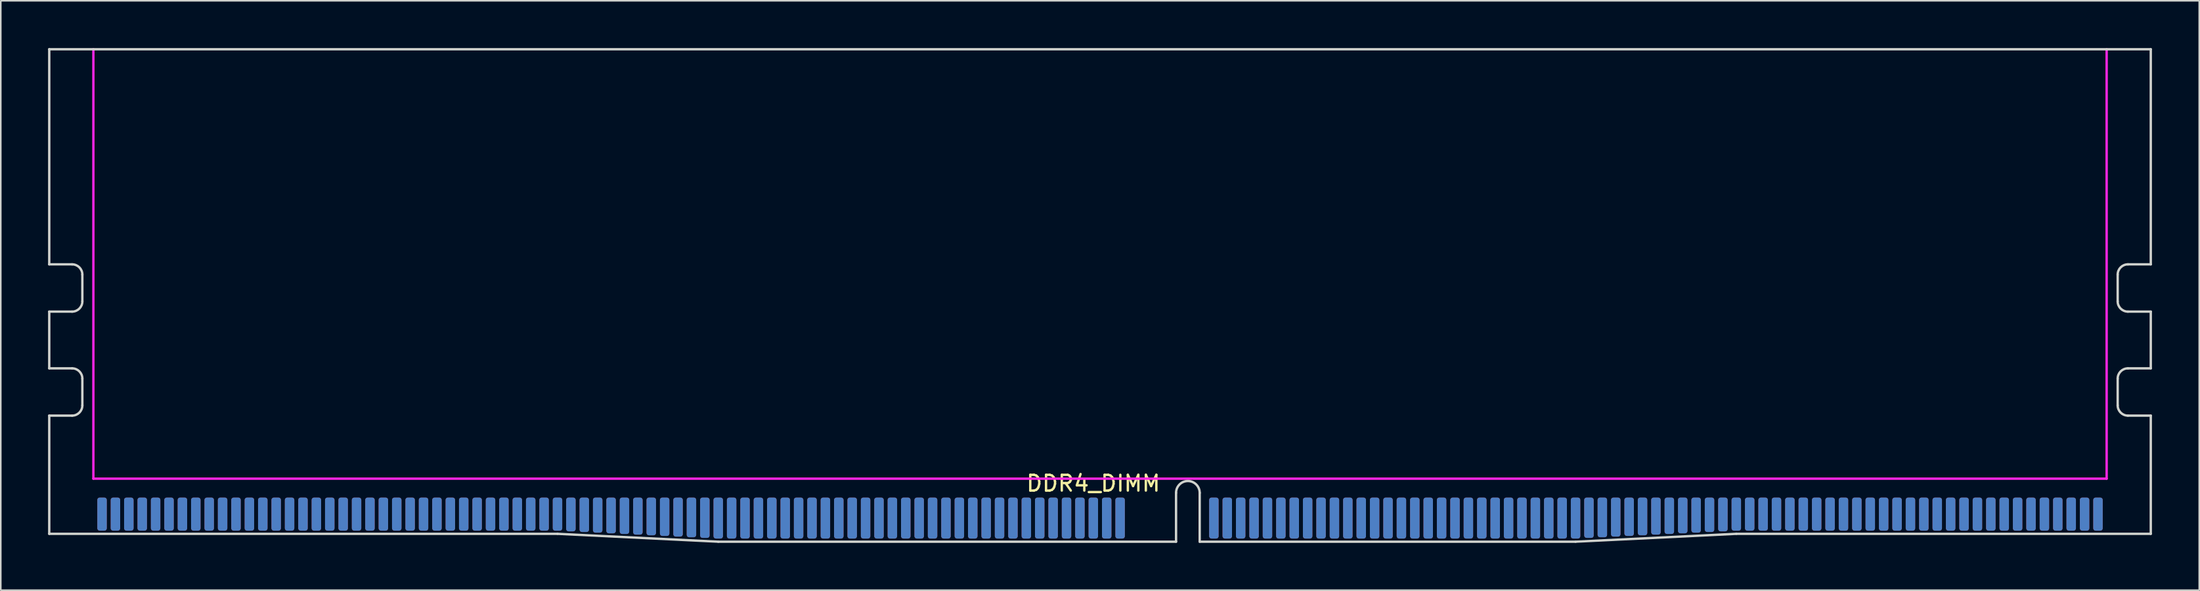
<source format=kicad_pcb>
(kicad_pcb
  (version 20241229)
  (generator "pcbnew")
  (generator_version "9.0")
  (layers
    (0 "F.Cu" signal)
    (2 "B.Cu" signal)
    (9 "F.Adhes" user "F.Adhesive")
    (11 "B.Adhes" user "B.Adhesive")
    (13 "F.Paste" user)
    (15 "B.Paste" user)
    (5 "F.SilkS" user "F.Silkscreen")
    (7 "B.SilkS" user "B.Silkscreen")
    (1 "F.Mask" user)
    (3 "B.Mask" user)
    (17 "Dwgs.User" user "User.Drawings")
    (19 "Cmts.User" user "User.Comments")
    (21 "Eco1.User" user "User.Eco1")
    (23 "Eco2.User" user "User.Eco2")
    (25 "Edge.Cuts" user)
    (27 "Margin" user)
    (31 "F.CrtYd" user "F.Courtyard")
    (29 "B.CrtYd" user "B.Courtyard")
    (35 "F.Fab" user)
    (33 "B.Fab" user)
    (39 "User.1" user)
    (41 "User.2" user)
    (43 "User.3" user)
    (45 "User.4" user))
  (footprint "DDR4_DIMM"
    (layer "F.Cu")
    (at 68.025 29.825)
    (property "Reference" "DDR4_DIMM" (at -1.7 -2.2 180) (layer "F.SilkS") (effects (font (size 1 1) (thickness 0.15))))
    (attr smd)
    (fp_poly (pts (xy 3.55 1.5) (xy 0 1.5) (xy 0 -1.3) (xy 3.55 -1.3)) (stroke (width 0) (type solid)) (fill yes) (layer "F.Mask"))
    (fp_poly (pts (xy 5.05 1.5) (xy 5.95 1.5) (xy 5.95 -1.3) (xy 5.05 -1.3)) (stroke (width 0) (type solid)) (fill yes) (layer "F.Mask"))
    (fp_poly (pts (xy 3.55 1.5) (xy 0 1.5) (xy 0 -1.3) (xy 3.55 -1.3)) (stroke (width 0) (type solid)) (fill yes) (layer "B.Mask"))
    (fp_poly (pts (xy 5.05 1.5) (xy 5.95 1.5) (xy 5.95 -1.3) (xy 5.05 -1.3)) (stroke (width 0) (type solid)) (fill yes) (layer "B.Mask"))
    (fp_line (start -67.95 -29.75) (end 65.4 -29.75) (stroke (width 0.15) (type solid)) (layer "Edge.Cuts"))
    (fp_line (start -67.95 -16.1) (end -67.95 -29.75) (stroke (width 0.15) (type solid)) (layer "Edge.Cuts"))
    (fp_line (start -67.95 -16.1) (end -66.5 -16.1) (stroke (width 0.15) (type solid)) (layer "Edge.Cuts"))
    (fp_line (start -67.95 -13.1) (end -66.5 -13.1) (stroke (width 0.15) (type solid)) (layer "Edge.Cuts"))
    (fp_line (start -67.95 -9.5) (end -67.95 -13.1) (stroke (width 0.15) (type solid)) (layer "Edge.Cuts"))
    (fp_line (start -67.95 -9.5) (end -66.5 -9.5) (stroke (width 0.15) (type solid)) (layer "Edge.Cuts"))
    (fp_line (start -67.95 -6.5) (end -66.5 -6.5) (stroke (width 0.15) (type solid)) (layer "Edge.Cuts"))
    (fp_line (start -67.95 1) (end -67.95 -6.5) (stroke (width 0.15) (type solid)) (layer "Edge.Cuts"))
    (fp_line (start -65.85 -13.75) (end -65.85 -15.45) (stroke (width 0.15) (type solid)) (layer "Edge.Cuts"))
    (fp_line (start -65.85 -7.15) (end -65.85 -8.85) (stroke (width 0.15) (type solid)) (layer "Edge.Cuts"))
    (fp_line (start -35.7 1) (end -67.95 1) (stroke (width 0.15) (type solid)) (layer "Edge.Cuts"))
    (fp_line (start -25.5 1.5) (end -35.7 1) (stroke (width 0.15) (type solid)) (layer "Edge.Cuts"))
    (fp_line (start 3.55 1.5) (end -25.5 1.5) (stroke (width 0.15) (type solid)) (layer "Edge.Cuts"))
    (fp_line (start 3.55 1.5) (end 3.55 -1.6) (stroke (width 0.15) (type solid)) (layer "Edge.Cuts"))
    (fp_line (start 5.05 -1.6) (end 5.05 1.5) (stroke (width 0.15) (type solid)) (layer "Edge.Cuts"))
    (fp_line (start 5.05 1.5) (end 28.9 1.5) (stroke (width 0.15) (type solid)) (layer "Edge.Cuts"))
    (fp_line (start 28.9 1.5) (end 39.1 1) (stroke (width 0.15) (type solid)) (layer "Edge.Cuts"))
    (fp_line (start 39.1 1) (end 65.4 1) (stroke (width 0.15) (type solid)) (layer "Edge.Cuts"))
    (fp_line (start 63.3 -13.75) (end 63.3 -15.45) (stroke (width 0.15) (type solid)) (layer "Edge.Cuts"))
    (fp_line (start 63.3 -7.15) (end 63.3 -8.85) (stroke (width 0.15) (type solid)) (layer "Edge.Cuts"))
    (fp_line (start 65.4 -16.1) (end 63.95 -16.1) (stroke (width 0.15) (type solid)) (layer "Edge.Cuts"))
    (fp_line (start 65.4 -16.1) (end 65.4 -29.75) (stroke (width 0.15) (type solid)) (layer "Edge.Cuts"))
    (fp_line (start 65.4 -13.1) (end 63.95 -13.1) (stroke (width 0.15) (type solid)) (layer "Edge.Cuts"))
    (fp_line (start 65.4 -9.5) (end 63.95 -9.5) (stroke (width 0.15) (type solid)) (layer "Edge.Cuts"))
    (fp_line (start 65.4 -9.5) (end 65.4 -13.1) (stroke (width 0.15) (type solid)) (layer "Edge.Cuts"))
    (fp_line (start 65.4 -6.5) (end 63.95 -6.5) (stroke (width 0.15) (type solid)) (layer "Edge.Cuts"))
    (fp_line (start 65.4 1) (end 65.4 -6.5) (stroke (width 0.15) (type solid)) (layer "Edge.Cuts"))
    (fp_arc (start -66.5 -16.1) (mid -66.040381 -15.909619) (end -65.85 -15.45) (stroke (width 0.15) (type solid)) (layer "Edge.Cuts"))
    (fp_arc (start -66.5 -9.5) (mid -66.040381 -9.309619) (end -65.85 -8.85) (stroke (width 0.15) (type solid)) (layer "Edge.Cuts"))
    (fp_arc (start -65.85 -13.75) (mid -66.040381 -13.290381) (end -66.5 -13.1) (stroke (width 0.15) (type solid)) (layer "Edge.Cuts"))
    (fp_arc (start -65.85 -7.15) (mid -66.040381 -6.690381) (end -66.5 -6.5) (stroke (width 0.15) (type solid)) (layer "Edge.Cuts"))
    (fp_arc (start 3.55 -1.6) (mid 4.3 -2.35) (end 5.05 -1.6) (stroke (width 0.15) (type solid)) (layer "Edge.Cuts"))
    (fp_arc (start 63.3 -15.45) (mid 63.490381 -15.909619) (end 63.95 -16.1) (stroke (width 0.15) (type solid)) (layer "Edge.Cuts"))
    (fp_arc (start 63.3 -8.85) (mid 63.490381 -9.309619) (end 63.95 -9.5) (stroke (width 0.15) (type solid)) (layer "Edge.Cuts"))
    (fp_arc (start 63.95 -13.1) (mid 63.490381 -13.290381) (end 63.3 -13.75) (stroke (width 0.15) (type solid)) (layer "Edge.Cuts"))
    (fp_arc (start 63.95 -6.5) (mid 63.490381 -6.690381) (end 63.3 -7.15) (stroke (width 0.15) (type solid)) (layer "Edge.Cuts"))
    (fp_line (start -65.15 -2.5) (end -65.15 -29.75) (stroke (width 0.15) (type solid)) (layer "F.CrtYd"))
    (fp_line (start -65.15 -2.5) (end 62.6 -2.5) (stroke (width 0.15) (type solid)) (layer "F.CrtYd"))
    (fp_line (start 62.6 -2.5) (end 62.6 -29.75) (stroke (width 0.15) (type solid)) (layer "F.CrtYd"))
    (pad "1" smd roundrect (at -64.6 -0.25) (size 0.6 2.1) (layers "F.Cu" "F.Mask") (roundrect_rratio 0.25))
    (pad "2" smd roundrect (at -63.75 -0.25) (size 0.6 2.1) (layers "F.Cu" "F.Mask") (roundrect_rratio 0.25))
    (pad "3" smd roundrect (at -62.9 -0.25) (size 0.6 2.1) (layers "F.Cu" "F.Mask") (roundrect_rratio 0.25))
    (pad "4" smd roundrect (at -62.05 -0.25) (size 0.6 2.1) (layers "F.Cu" "F.Mask") (roundrect_rratio 0.25))
    (pad "5" smd roundrect (at -61.2 -0.25) (size 0.6 2.1) (layers "F.Cu" "F.Mask") (roundrect_rratio 0.25))
    (pad "6" smd roundrect (at -60.35 -0.25) (size 0.6 2.1) (layers "F.Cu" "F.Mask") (roundrect_rratio 0.25))
    (pad "7" smd roundrect (at -59.5 -0.25) (size 0.6 2.1) (layers "F.Cu" "F.Mask") (roundrect_rratio 0.25))
    (pad "8" smd roundrect (at -58.65 -0.25) (size 0.6 2.1) (layers "F.Cu" "F.Mask") (roundrect_rratio 0.25))
    (pad "9" smd roundrect (at -57.8 -0.25) (size 0.6 2.1) (layers "F.Cu" "F.Mask") (roundrect_rratio 0.25))
    (pad "10" smd roundrect (at -56.95 -0.25) (size 0.6 2.1) (layers "F.Cu" "F.Mask") (roundrect_rratio 0.25))
    (pad "11" smd roundrect (at -56.1 -0.25) (size 0.6 2.1) (layers "F.Cu" "F.Mask") (roundrect_rratio 0.25))
    (pad "12" smd roundrect (at -55.25 -0.25) (size 0.6 2.1) (layers "F.Cu" "F.Mask") (roundrect_rratio 0.25))
    (pad "13" smd roundrect (at -54.4 -0.25) (size 0.6 2.1) (layers "F.Cu" "F.Mask") (roundrect_rratio 0.25))
    (pad "14" smd roundrect (at -53.55 -0.25) (size 0.6 2.1) (layers "F.Cu" "F.Mask") (roundrect_rratio 0.25))
    (pad "15" smd roundrect (at -52.7 -0.25) (size 0.6 2.1) (layers "F.Cu" "F.Mask") (roundrect_rratio 0.25))
    (pad "16" smd roundrect (at -51.85 -0.25) (size 0.6 2.1) (layers "F.Cu" "F.Mask") (roundrect_rratio 0.25))
    (pad "17" smd roundrect (at -51 -0.25) (size 0.6 2.1) (layers "F.Cu" "F.Mask") (roundrect_rratio 0.25))
    (pad "18" smd roundrect (at -50.15 -0.25) (size 0.6 2.1) (layers "F.Cu" "F.Mask") (roundrect_rratio 0.25))
    (pad "19" smd roundrect (at -49.3 -0.25) (size 0.6 2.1) (layers "F.Cu" "F.Mask") (roundrect_rratio 0.25))
    (pad "20" smd roundrect (at -48.45 -0.25) (size 0.6 2.1) (layers "F.Cu" "F.Mask") (roundrect_rratio 0.25))
    (pad "21" smd roundrect (at -47.6 -0.25) (size 0.6 2.1) (layers "F.Cu" "F.Mask") (roundrect_rratio 0.25))
    (pad "22" smd roundrect (at -46.75 -0.25) (size 0.6 2.1) (layers "F.Cu" "F.Mask") (roundrect_rratio 0.25))
    (pad "23" smd roundrect (at -45.9 -0.25) (size 0.6 2.1) (layers "F.Cu" "F.Mask") (roundrect_rratio 0.25))
    (pad "24" smd roundrect (at -45.05 -0.25) (size 0.6 2.1) (layers "F.Cu" "F.Mask") (roundrect_rratio 0.25))
    (pad "25" smd roundrect (at -44.2 -0.25) (size 0.6 2.1) (layers "F.Cu" "F.Mask") (roundrect_rratio 0.25))
    (pad "26" smd roundrect (at -43.35 -0.25) (size 0.6 2.1) (layers "F.Cu" "F.Mask") (roundrect_rratio 0.25))
    (pad "27" smd roundrect (at -42.5 -0.25) (size 0.6 2.1) (layers "F.Cu" "F.Mask") (roundrect_rratio 0.25))
    (pad "28" smd roundrect (at -41.65 -0.25) (size 0.6 2.1) (layers "F.Cu" "F.Mask") (roundrect_rratio 0.25))
    (pad "29" smd roundrect (at -40.8 -0.25) (size 0.6 2.1) (layers "F.Cu" "F.Mask") (roundrect_rratio 0.25))
    (pad "30" smd roundrect (at -39.95 -0.25) (size 0.6 2.1) (layers "F.Cu" "F.Mask") (roundrect_rratio 0.25))
    (pad "31" smd roundrect (at -39.1 -0.25) (size 0.6 2.1) (layers "F.Cu" "F.Mask") (roundrect_rratio 0.25))
    (pad "32" smd roundrect (at -38.25 -0.25) (size 0.6 2.1) (layers "F.Cu" "F.Mask") (roundrect_rratio 0.25))
    (pad "33" smd roundrect (at -37.4 -0.25) (size 0.6 2.1) (layers "F.Cu" "F.Mask") (roundrect_rratio 0.25))
    (pad "34" smd roundrect (at -36.55 -0.25) (size 0.6 2.1) (layers "F.Cu" "F.Mask") (roundrect_rratio 0.25))
    (pad "35" smd roundrect (at -35.7 -0.25) (size 0.6 2.1) (layers "F.Cu" "F.Mask") (roundrect_rratio 0.25))
    (pad "36" smd roundrect (at -34.85 0) (size 0.6 2.142) (drill (offset 0 -0.229)) (layers "F.Cu" "F.Mask") (roundrect_rratio 0.25))
    (pad "37" smd roundrect (at -34 0) (size 0.6 2.183) (drill (offset 0 -0.208)) (layers "F.Cu" "F.Mask") (roundrect_rratio 0.25))
    (pad "38" smd roundrect (at -33.15 0) (size 0.6 2.225) (drill (offset 0 -0.188)) (layers "F.Cu" "F.Mask") (roundrect_rratio 0.25))
    (pad "39" smd roundrect (at -32.3 0) (size 0.6 2.267) (drill (offset 0 -0.167)) (layers "F.Cu" "F.Mask") (roundrect_rratio 0.25))
    (pad "40" smd roundrect (at -31.45 0) (size 0.6 2.308) (drill (offset 0 -0.146)) (layers "F.Cu" "F.Mask") (roundrect_rratio 0.25))
    (pad "41" smd roundrect (at -30.6 0) (size 0.6 2.35) (drill (offset 0 -0.125)) (layers "F.Cu" "F.Mask") (roundrect_rratio 0.25))
    (pad "42" smd roundrect (at -29.75 0) (size 0.6 2.392) (drill (offset 0 -0.104)) (layers "F.Cu" "F.Mask") (roundrect_rratio 0.25))
    (pad "43" smd roundrect (at -28.9 0) (size 0.6 2.433) (drill (offset 0 -0.083)) (layers "F.Cu" "F.Mask") (roundrect_rratio 0.25))
    (pad "44" smd roundrect (at -28.05 0) (size 0.6 2.475) (drill (offset 0 -0.062)) (layers "F.Cu" "F.Mask") (roundrect_rratio 0.25))
    (pad "45" smd roundrect (at -27.2 0) (size 0.6 2.517) (drill (offset 0 -0.042)) (layers "F.Cu" "F.Mask") (roundrect_rratio 0.25))
    (pad "46" smd roundrect (at -26.35 0) (size 0.6 2.558) (drill (offset 0 -0.021)) (layers "F.Cu" "F.Mask") (roundrect_rratio 0.25))
    (pad "47" smd roundrect (at -25.5 0) (size 0.6 2.6) (layers "F.Cu" "F.Mask") (roundrect_rratio 0.25))
    (pad "48" smd roundrect (at -24.65 0) (size 0.6 2.6) (layers "F.Cu" "F.Mask") (roundrect_rratio 0.25))
    (pad "49" smd roundrect (at -23.8 0) (size 0.6 2.6) (layers "F.Cu" "F.Mask") (roundrect_rratio 0.25))
    (pad "50" smd roundrect (at -22.95 0) (size 0.6 2.6) (layers "F.Cu" "F.Mask") (roundrect_rratio 0.25))
    (pad "51" smd roundrect (at -22.1 0) (size 0.6 2.6) (layers "F.Cu" "F.Mask") (roundrect_rratio 0.25))
    (pad "52" smd roundrect (at -21.25 0) (size 0.6 2.6) (layers "F.Cu" "F.Mask") (roundrect_rratio 0.25))
    (pad "53" smd roundrect (at -20.4 0) (size 0.6 2.6) (layers "F.Cu" "F.Mask") (roundrect_rratio 0.25))
    (pad "54" smd roundrect (at -19.55 0) (size 0.6 2.6) (layers "F.Cu" "F.Mask") (roundrect_rratio 0.25))
    (pad "55" smd roundrect (at -18.7 0) (size 0.6 2.6) (layers "F.Cu" "F.Mask") (roundrect_rratio 0.25))
    (pad "56" smd roundrect (at -17.85 0) (size 0.6 2.6) (layers "F.Cu" "F.Mask") (roundrect_rratio 0.25))
    (pad "57" smd roundrect (at -17 0) (size 0.6 2.6) (layers "F.Cu" "F.Mask") (roundrect_rratio 0.25))
    (pad "58" smd roundrect (at -16.15 0) (size 0.6 2.6) (layers "F.Cu" "F.Mask") (roundrect_rratio 0.25))
    (pad "59" smd roundrect (at -15.3 0) (size 0.6 2.6) (layers "F.Cu" "F.Mask") (roundrect_rratio 0.25))
    (pad "60" smd roundrect (at -14.45 0) (size 0.6 2.6) (layers "F.Cu" "F.Mask") (roundrect_rratio 0.25))
    (pad "61" smd roundrect (at -13.6 0) (size 0.6 2.6) (layers "F.Cu" "F.Mask") (roundrect_rratio 0.25))
    (pad "62" smd roundrect (at -12.75 0) (size 0.6 2.6) (layers "F.Cu" "F.Mask") (roundrect_rratio 0.25))
    (pad "63" smd roundrect (at -11.9 0) (size 0.6 2.6) (layers "F.Cu" "F.Mask") (roundrect_rratio 0.25))
    (pad "64" smd roundrect (at -11.05 0) (size 0.6 2.6) (layers "F.Cu" "F.Mask") (roundrect_rratio 0.25))
    (pad "65" smd roundrect (at -10.2 0) (size 0.6 2.6) (layers "F.Cu" "F.Mask") (roundrect_rratio 0.25))
    (pad "66" smd roundrect (at -9.35 0) (size 0.6 2.6) (layers "F.Cu" "F.Mask") (roundrect_rratio 0.25))
    (pad "67" smd roundrect (at -8.5 0) (size 0.6 2.6) (layers "F.Cu" "F.Mask") (roundrect_rratio 0.25))
    (pad "68" smd roundrect (at -7.65 0) (size 0.6 2.6) (layers "F.Cu" "F.Mask") (roundrect_rratio 0.25))
    (pad "69" smd roundrect (at -6.8 0) (size 0.6 2.6) (layers "F.Cu" "F.Mask") (roundrect_rratio 0.25))
    (pad "70" smd roundrect (at -5.95 0) (size 0.6 2.6) (layers "F.Cu" "F.Mask") (roundrect_rratio 0.25))
    (pad "71" smd roundrect (at -5.1 0) (size 0.6 2.6) (layers "F.Cu" "F.Mask") (roundrect_rratio 0.25))
    (pad "72" smd roundrect (at -4.25 0) (size 0.6 2.6) (layers "F.Cu" "F.Mask") (roundrect_rratio 0.25))
    (pad "73" smd roundrect (at -3.4 0) (size 0.6 2.6) (layers "F.Cu" "F.Mask") (roundrect_rratio 0.25))
    (pad "74" smd roundrect (at -2.55 0) (size 0.6 2.6) (layers "F.Cu" "F.Mask") (roundrect_rratio 0.25))
    (pad "75" smd roundrect (at -1.7 0) (size 0.6 2.6) (layers "F.Cu" "F.Mask") (roundrect_rratio 0.25))
    (pad "76" smd roundrect (at -0.85 0) (size 0.6 2.6) (layers "F.Cu" "F.Mask") (roundrect_rratio 0.25))
    (pad "77" smd roundrect (at 0 0) (size 0.6 2.6) (layers "F.Cu" "F.Mask") (roundrect_rratio 0.25))
    (pad "78" smd roundrect (at 5.95 0) (size 0.6 2.6) (layers "F.Cu" "F.Mask") (roundrect_rratio 0.25))
    (pad "79" smd roundrect (at 6.8 0) (size 0.6 2.6) (layers "F.Cu" "F.Mask") (roundrect_rratio 0.25))
    (pad "80" smd roundrect (at 7.65 0) (size 0.6 2.6) (layers "F.Cu" "F.Mask") (roundrect_rratio 0.25))
    (pad "81" smd roundrect (at 8.5 0) (size 0.6 2.6) (layers "F.Cu" "F.Mask") (roundrect_rratio 0.25))
    (pad "82" smd roundrect (at 9.35 0) (size 0.6 2.6) (layers "F.Cu" "F.Mask") (roundrect_rratio 0.25))
    (pad "83" smd roundrect (at 10.2 0) (size 0.6 2.6) (layers "F.Cu" "F.Mask") (roundrect_rratio 0.25))
    (pad "84" smd roundrect (at 11.05 0) (size 0.6 2.6) (layers "F.Cu" "F.Mask") (roundrect_rratio 0.25))
    (pad "85" smd roundrect (at 11.9 0) (size 0.6 2.6) (layers "F.Cu" "F.Mask") (roundrect_rratio 0.25))
    (pad "86" smd roundrect (at 12.75 0) (size 0.6 2.6) (layers "F.Cu" "F.Mask") (roundrect_rratio 0.25))
    (pad "87" smd roundrect (at 13.6 0) (size 0.6 2.6) (layers "F.Cu" "F.Mask") (roundrect_rratio 0.25))
    (pad "88" smd roundrect (at 14.45 0) (size 0.6 2.6) (layers "F.Cu" "F.Mask") (roundrect_rratio 0.25))
    (pad "89" smd roundrect (at 15.3 0) (size 0.6 2.6) (layers "F.Cu" "F.Mask") (roundrect_rratio 0.25))
    (pad "90" smd roundrect (at 16.15 0) (size 0.6 2.6) (layers "F.Cu" "F.Mask") (roundrect_rratio 0.25))
    (pad "91" smd roundrect (at 17 0) (size 0.6 2.6) (layers "F.Cu" "F.Mask") (roundrect_rratio 0.25))
    (pad "92" smd roundrect (at 17.85 0) (size 0.6 2.6) (layers "F.Cu" "F.Mask") (roundrect_rratio 0.25))
    (pad "93" smd roundrect (at 18.7 0) (size 0.6 2.6) (layers "F.Cu" "F.Mask") (roundrect_rratio 0.25))
    (pad "94" smd roundrect (at 19.55 0) (size 0.6 2.6) (layers "F.Cu" "F.Mask") (roundrect_rratio 0.25))
    (pad "95" smd roundrect (at 20.4 0) (size 0.6 2.6) (layers "F.Cu" "F.Mask") (roundrect_rratio 0.25))
    (pad "96" smd roundrect (at 21.25 0) (size 0.6 2.6) (layers "F.Cu" "F.Mask") (roundrect_rratio 0.25))
    (pad "97" smd roundrect (at 22.1 0) (size 0.6 2.6) (layers "F.Cu" "F.Mask") (roundrect_rratio 0.25))
    (pad "98" smd roundrect (at 22.95 0) (size 0.6 2.6) (layers "F.Cu" "F.Mask") (roundrect_rratio 0.25))
    (pad "99" smd roundrect (at 23.8 0) (size 0.6 2.6) (layers "F.Cu" "F.Mask") (roundrect_rratio 0.25))
    (pad "100" smd roundrect (at 24.65 0) (size 0.6 2.6) (layers "F.Cu" "F.Mask") (roundrect_rratio 0.25))
    (pad "101" smd roundrect (at 25.5 0) (size 0.6 2.6) (layers "F.Cu" "F.Mask") (roundrect_rratio 0.25))
    (pad "102" smd roundrect (at 26.35 0) (size 0.6 2.6) (layers "F.Cu" "F.Mask") (roundrect_rratio 0.25))
    (pad "103" smd roundrect (at 27.2 0) (size 0.6 2.6) (layers "F.Cu" "F.Mask") (roundrect_rratio 0.25))
    (pad "104" smd roundrect (at 28.05 0) (size 0.6 2.6) (layers "F.Cu" "F.Mask") (roundrect_rratio 0.25))
    (pad "105" smd roundrect (at 28.9 0) (size 0.6 2.6) (layers "F.Cu" "F.Mask") (roundrect_rratio 0.25))
    (pad "106" smd roundrect (at 29.75 0) (size 0.6 2.558) (drill (offset 0 -0.021)) (layers "F.Cu" "F.Mask") (roundrect_rratio 0.25))
    (pad "107" smd roundrect (at 30.6 0) (size 0.6 2.517) (drill (offset 0 -0.042)) (layers "F.Cu" "F.Mask") (roundrect_rratio 0.25))
    (pad "108" smd roundrect (at 31.45 0) (size 0.6 2.475) (drill (offset 0 -0.062)) (layers "F.Cu" "F.Mask") (roundrect_rratio 0.25))
    (pad "109" smd roundrect (at 32.3 0) (size 0.6 2.433) (drill (offset 0 -0.083)) (layers "F.Cu" "F.Mask") (roundrect_rratio 0.25))
    (pad "110" smd roundrect (at 33.15 0) (size 0.6 2.392) (drill (offset 0 -0.104)) (layers "F.Cu" "F.Mask") (roundrect_rratio 0.25))
    (pad "111" smd roundrect (at 34 0) (size 0.6 2.35) (drill (offset 0 -0.125)) (layers "F.Cu" "F.Mask") (roundrect_rratio 0.25))
    (pad "112" smd roundrect (at 34.85 0) (size 0.6 2.308) (drill (offset 0 -0.146)) (layers "F.Cu" "F.Mask") (roundrect_rratio 0.25))
    (pad "113" smd roundrect (at 35.7 0) (size 0.6 2.267) (drill (offset 0 -0.167)) (layers "F.Cu" "F.Mask") (roundrect_rratio 0.25))
    (pad "114" smd roundrect (at 36.55 0) (size 0.6 2.225) (drill (offset 0 -0.188)) (layers "F.Cu" "F.Mask") (roundrect_rratio 0.25))
    (pad "115" smd roundrect (at 37.4 0) (size 0.6 2.183) (drill (offset 0 -0.208)) (layers "F.Cu" "F.Mask") (roundrect_rratio 0.25))
    (pad "116" smd roundrect (at 38.25 0) (size 0.6 2.142) (drill (offset 0 -0.229)) (layers "F.Cu" "F.Mask") (roundrect_rratio 0.25))
    (pad "117" smd roundrect (at 39.1 -0.25) (size 0.6 2.1) (layers "F.Cu" "F.Mask") (roundrect_rratio 0.25))
    (pad "118" smd roundrect (at 39.95 -0.25) (size 0.6 2.1) (layers "F.Cu" "F.Mask") (roundrect_rratio 0.25))
    (pad "119" smd roundrect (at 40.8 -0.25) (size 0.6 2.1) (layers "F.Cu" "F.Mask") (roundrect_rratio 0.25))
    (pad "120" smd roundrect (at 41.65 -0.25) (size 0.6 2.1) (layers "F.Cu" "F.Mask") (roundrect_rratio 0.25))
    (pad "121" smd roundrect (at 42.5 -0.25) (size 0.6 2.1) (layers "F.Cu" "F.Mask") (roundrect_rratio 0.25))
    (pad "122" smd roundrect (at 43.35 -0.25) (size 0.6 2.1) (layers "F.Cu" "F.Mask") (roundrect_rratio 0.25))
    (pad "123" smd roundrect (at 44.2 -0.25) (size 0.6 2.1) (layers "F.Cu" "F.Mask") (roundrect_rratio 0.25))
    (pad "124" smd roundrect (at 45.05 -0.25) (size 0.6 2.1) (layers "F.Cu" "F.Mask") (roundrect_rratio 0.25))
    (pad "125" smd roundrect (at 45.9 -0.25) (size 0.6 2.1) (layers "F.Cu" "F.Mask") (roundrect_rratio 0.25))
    (pad "126" smd roundrect (at 46.75 -0.25) (size 0.6 2.1) (layers "F.Cu" "F.Mask") (roundrect_rratio 0.25))
    (pad "127" smd roundrect (at 47.6 -0.25) (size 0.6 2.1) (layers "F.Cu" "F.Mask") (roundrect_rratio 0.25))
    (pad "128" smd roundrect (at 48.45 -0.25) (size 0.6 2.1) (layers "F.Cu" "F.Mask") (roundrect_rratio 0.25))
    (pad "129" smd roundrect (at 49.3 -0.25) (size 0.6 2.1) (layers "F.Cu" "F.Mask") (roundrect_rratio 0.25))
    (pad "130" smd roundrect (at 50.15 -0.25) (size 0.6 2.1) (layers "F.Cu" "F.Mask") (roundrect_rratio 0.25))
    (pad "131" smd roundrect (at 51 -0.25) (size 0.6 2.1) (layers "F.Cu" "F.Mask") (roundrect_rratio 0.25))
    (pad "132" smd roundrect (at 51.85 -0.25) (size 0.6 2.1) (layers "F.Cu" "F.Mask") (roundrect_rratio 0.25))
    (pad "133" smd roundrect (at 52.7 -0.25) (size 0.6 2.1) (layers "F.Cu" "F.Mask") (roundrect_rratio 0.25))
    (pad "134" smd roundrect (at 53.55 -0.25) (size 0.6 2.1) (layers "F.Cu" "F.Mask") (roundrect_rratio 0.25))
    (pad "135" smd roundrect (at 54.4 -0.25) (size 0.6 2.1) (layers "F.Cu" "F.Mask") (roundrect_rratio 0.25))
    (pad "136" smd roundrect (at 55.25 -0.25) (size 0.6 2.1) (layers "F.Cu" "F.Mask") (roundrect_rratio 0.25))
    (pad "137" smd roundrect (at 56.1 -0.25) (size 0.6 2.1) (layers "F.Cu" "F.Mask") (roundrect_rratio 0.25))
    (pad "138" smd roundrect (at 56.95 -0.25) (size 0.6 2.1) (layers "F.Cu" "F.Mask") (roundrect_rratio 0.25))
    (pad "139" smd roundrect (at 57.8 -0.25) (size 0.6 2.1) (layers "F.Cu" "F.Mask") (roundrect_rratio 0.25))
    (pad "140" smd roundrect (at 58.65 -0.25) (size 0.6 2.1) (layers "F.Cu" "F.Mask") (roundrect_rratio 0.25))
    (pad "141" smd roundrect (at 59.5 -0.25) (size 0.6 2.1) (layers "F.Cu" "F.Mask") (roundrect_rratio 0.25))
    (pad "142" smd roundrect (at 60.35 -0.25) (size 0.6 2.1) (layers "F.Cu" "F.Mask") (roundrect_rratio 0.25))
    (pad "143" smd roundrect (at 61.2 -0.25) (size 0.6 2.1) (layers "F.Cu" "F.Mask") (roundrect_rratio 0.25))
    (pad "144" smd roundrect (at 62.05 -0.25) (size 0.6 2.1) (layers "F.Cu" "F.Mask") (roundrect_rratio 0.25))
    (pad "145" smd roundrect (at -64.6 -0.25 180) (size 0.6 2.1) (layers "B.Cu" "B.Mask") (roundrect_rratio 0.25))
    (pad "146" smd roundrect (at -63.75 -0.25 180) (size 0.6 2.1) (layers "B.Cu" "B.Mask") (roundrect_rratio 0.25))
    (pad "147" smd roundrect (at -62.9 -0.25 180) (size 0.6 2.1) (layers "B.Cu" "B.Mask") (roundrect_rratio 0.25))
    (pad "148" smd roundrect (at -62.05 -0.25 180) (size 0.6 2.1) (layers "B.Cu" "B.Mask") (roundrect_rratio 0.25))
    (pad "149" smd roundrect (at -61.2 -0.25 180) (size 0.6 2.1) (layers "B.Cu" "B.Mask") (roundrect_rratio 0.25))
    (pad "150" smd roundrect (at -60.35 -0.25 180) (size 0.6 2.1) (layers "B.Cu" "B.Mask") (roundrect_rratio 0.25))
    (pad "151" smd roundrect (at -59.5 -0.25 180) (size 0.6 2.1) (layers "B.Cu" "B.Mask") (roundrect_rratio 0.25))
    (pad "152" smd roundrect (at -58.65 -0.25 180) (size 0.6 2.1) (layers "B.Cu" "B.Mask") (roundrect_rratio 0.25))
    (pad "153" smd roundrect (at -57.8 -0.25 180) (size 0.6 2.1) (layers "B.Cu" "B.Mask") (roundrect_rratio 0.25))
    (pad "154" smd roundrect (at -56.95 -0.25 180) (size 0.6 2.1) (layers "B.Cu" "B.Mask") (roundrect_rratio 0.25))
    (pad "155" smd roundrect (at -56.1 -0.25 180) (size 0.6 2.1) (layers "B.Cu" "B.Mask") (roundrect_rratio 0.25))
    (pad "156" smd roundrect (at -55.25 -0.25 180) (size 0.6 2.1) (layers "B.Cu" "B.Mask") (roundrect_rratio 0.25))
    (pad "157" smd roundrect (at -54.4 -0.25 180) (size 0.6 2.1) (layers "B.Cu" "B.Mask") (roundrect_rratio 0.25))
    (pad "158" smd roundrect (at -53.55 -0.25 180) (size 0.6 2.1) (layers "B.Cu" "B.Mask") (roundrect_rratio 0.25))
    (pad "159" smd roundrect (at -52.7 -0.25 180) (size 0.6 2.1) (layers "B.Cu" "B.Mask") (roundrect_rratio 0.25))
    (pad "160" smd roundrect (at -51.85 -0.25 180) (size 0.6 2.1) (layers "B.Cu" "B.Mask") (roundrect_rratio 0.25))
    (pad "161" smd roundrect (at -51 -0.25 180) (size 0.6 2.1) (layers "B.Cu" "B.Mask") (roundrect_rratio 0.25))
    (pad "162" smd roundrect (at -50.15 -0.25 180) (size 0.6 2.1) (layers "B.Cu" "B.Mask") (roundrect_rratio 0.25))
    (pad "163" smd roundrect (at -49.3 -0.25 180) (size 0.6 2.1) (layers "B.Cu" "B.Mask") (roundrect_rratio 0.25))
    (pad "164" smd roundrect (at -48.45 -0.25 180) (size 0.6 2.1) (layers "B.Cu" "B.Mask") (roundrect_rratio 0.25))
    (pad "165" smd roundrect (at -47.6 -0.25 180) (size 0.6 2.1) (layers "B.Cu" "B.Mask") (roundrect_rratio 0.25))
    (pad "166" smd roundrect (at -46.75 -0.25 180) (size 0.6 2.1) (layers "B.Cu" "B.Mask") (roundrect_rratio 0.25))
    (pad "167" smd roundrect (at -45.9 -0.25 180) (size 0.6 2.1) (layers "B.Cu" "B.Mask") (roundrect_rratio 0.25))
    (pad "168" smd roundrect (at -45.05 -0.25 180) (size 0.6 2.1) (layers "B.Cu" "B.Mask") (roundrect_rratio 0.25))
    (pad "169" smd roundrect (at -44.2 -0.25 180) (size 0.6 2.1) (layers "B.Cu" "B.Mask") (roundrect_rratio 0.25))
    (pad "170" smd roundrect (at -43.35 -0.25 180) (size 0.6 2.1) (layers "B.Cu" "B.Mask") (roundrect_rratio 0.25))
    (pad "171" smd roundrect (at -42.5 -0.25 180) (size 0.6 2.1) (layers "B.Cu" "B.Mask") (roundrect_rratio 0.25))
    (pad "172" smd roundrect (at -41.65 -0.25 180) (size 0.6 2.1) (layers "B.Cu" "B.Mask") (roundrect_rratio 0.25))
    (pad "173" smd roundrect (at -40.8 -0.25 180) (size 0.6 2.1) (layers "B.Cu" "B.Mask") (roundrect_rratio 0.25))
    (pad "174" smd roundrect (at -39.95 -0.25 180) (size 0.6 2.1) (layers "B.Cu" "B.Mask") (roundrect_rratio 0.25))
    (pad "175" smd roundrect (at -39.1 -0.25 180) (size 0.6 2.1) (layers "B.Cu" "B.Mask") (roundrect_rratio 0.25))
    (pad "176" smd roundrect (at -38.25 -0.25 180) (size 0.6 2.1) (layers "B.Cu" "B.Mask") (roundrect_rratio 0.25))
    (pad "177" smd roundrect (at -37.4 -0.25 180) (size 0.6 2.1) (layers "B.Cu" "B.Mask") (roundrect_rratio 0.25))
    (pad "178" smd roundrect (at -36.55 -0.25 180) (size 0.6 2.1) (layers "B.Cu" "B.Mask") (roundrect_rratio 0.25))
    (pad "179" smd roundrect (at -35.7 -0.25 180) (size 0.6 2.1) (layers "B.Cu" "B.Mask") (roundrect_rratio 0.25))
    (pad "180" smd roundrect (at -34.85 0 180) (size 0.6 2.142) (drill (offset 0 0.229)) (layers "B.Cu" "B.Mask") (roundrect_rratio 0.25))
    (pad "181" smd roundrect (at -34 0 180) (size 0.6 2.183) (drill (offset 0 0.208)) (layers "B.Cu" "B.Mask") (roundrect_rratio 0.25))
    (pad "182" smd roundrect (at -33.15 0 180) (size 0.6 2.225) (drill (offset 0 0.188)) (layers "B.Cu" "B.Mask") (roundrect_rratio 0.25))
    (pad "183" smd roundrect (at -32.3 0 180) (size 0.6 2.267) (drill (offset 0 0.167)) (layers "B.Cu" "B.Mask") (roundrect_rratio 0.25))
    (pad "184" smd roundrect (at -31.45 0 180) (size 0.6 2.308) (drill (offset 0 0.146)) (layers "B.Cu" "B.Mask") (roundrect_rratio 0.25))
    (pad "185" smd roundrect (at -30.6 0 180) (size 0.6 2.35) (drill (offset 0 0.125)) (layers "B.Cu" "B.Mask") (roundrect_rratio 0.25))
    (pad "186" smd roundrect (at -29.75 0 180) (size 0.6 2.392) (drill (offset 0 0.104)) (layers "B.Cu" "B.Mask") (roundrect_rratio 0.25))
    (pad "187" smd roundrect (at -28.9 0 180) (size 0.6 2.433) (drill (offset 0 0.083)) (layers "B.Cu" "B.Mask") (roundrect_rratio 0.25))
    (pad "188" smd roundrect (at -28.05 0 180) (size 0.6 2.475) (drill (offset 0 0.062)) (layers "B.Cu" "B.Mask") (roundrect_rratio 0.25))
    (pad "189" smd roundrect (at -27.2 0 180) (size 0.6 2.517) (drill (offset 0 0.042)) (layers "B.Cu" "B.Mask") (roundrect_rratio 0.25))
    (pad "190" smd roundrect (at -26.35 0 180) (size 0.6 2.558) (drill (offset 0 0.021)) (layers "B.Cu" "B.Mask") (roundrect_rratio 0.25))
    (pad "191" smd roundrect (at -25.5 0 180) (size 0.6 2.6) (layers "B.Cu" "B.Mask") (roundrect_rratio 0.25))
    (pad "192" smd roundrect (at -24.65 0 180) (size 0.6 2.6) (layers "B.Cu" "B.Mask") (roundrect_rratio 0.25))
    (pad "193" smd roundrect (at -23.8 0 180) (size 0.6 2.6) (layers "B.Cu" "B.Mask") (roundrect_rratio 0.25))
    (pad "194" smd roundrect (at -22.95 0 180) (size 0.6 2.6) (layers "B.Cu" "B.Mask") (roundrect_rratio 0.25))
    (pad "195" smd roundrect (at -22.1 0 180) (size 0.6 2.6) (layers "B.Cu" "B.Mask") (roundrect_rratio 0.25))
    (pad "196" smd roundrect (at -21.25 0 180) (size 0.6 2.6) (layers "B.Cu" "B.Mask") (roundrect_rratio 0.25))
    (pad "197" smd roundrect (at -20.4 0 180) (size 0.6 2.6) (layers "B.Cu" "B.Mask") (roundrect_rratio 0.25))
    (pad "198" smd roundrect (at -19.55 0 180) (size 0.6 2.6) (layers "B.Cu" "B.Mask") (roundrect_rratio 0.25))
    (pad "199" smd roundrect (at -18.7 0 180) (size 0.6 2.6) (layers "B.Cu" "B.Mask") (roundrect_rratio 0.25))
    (pad "200" smd roundrect (at -17.85 0 180) (size 0.6 2.6) (layers "B.Cu" "B.Mask") (roundrect_rratio 0.25))
    (pad "201" smd roundrect (at -17 0 180) (size 0.6 2.6) (layers "B.Cu" "B.Mask") (roundrect_rratio 0.25))
    (pad "202" smd roundrect (at -16.15 0 180) (size 0.6 2.6) (layers "B.Cu" "B.Mask") (roundrect_rratio 0.25))
    (pad "203" smd roundrect (at -15.3 0 180) (size 0.6 2.6) (layers "B.Cu" "B.Mask") (roundrect_rratio 0.25))
    (pad "204" smd roundrect (at -14.45 0 180) (size 0.6 2.6) (layers "B.Cu" "B.Mask") (roundrect_rratio 0.25))
    (pad "205" smd roundrect (at -13.6 0 180) (size 0.6 2.6) (layers "B.Cu" "B.Mask") (roundrect_rratio 0.25))
    (pad "206" smd roundrect (at -12.75 0 180) (size 0.6 2.6) (layers "B.Cu" "B.Mask") (roundrect_rratio 0.25))
    (pad "207" smd roundrect (at -11.9 0 180) (size 0.6 2.6) (layers "B.Cu" "B.Mask") (roundrect_rratio 0.25))
    (pad "208" smd roundrect (at -11.05 0 180) (size 0.6 2.6) (layers "B.Cu" "B.Mask") (roundrect_rratio 0.25))
    (pad "209" smd roundrect (at -10.2 0 180) (size 0.6 2.6) (layers "B.Cu" "B.Mask") (roundrect_rratio 0.25))
    (pad "210" smd roundrect (at -9.35 0 180) (size 0.6 2.6) (layers "B.Cu" "B.Mask") (roundrect_rratio 0.25))
    (pad "211" smd roundrect (at -8.5 0 180) (size 0.6 2.6) (layers "B.Cu" "B.Mask") (roundrect_rratio 0.25))
    (pad "212" smd roundrect (at -7.65 0 180) (size 0.6 2.6) (layers "B.Cu" "B.Mask") (roundrect_rratio 0.25))
    (pad "213" smd roundrect (at -6.8 0 180) (size 0.6 2.6) (layers "B.Cu" "B.Mask") (roundrect_rratio 0.25))
    (pad "214" smd roundrect (at -5.95 0 180) (size 0.6 2.6) (layers "B.Cu" "B.Mask") (roundrect_rratio 0.25))
    (pad "215" smd roundrect (at -5.1 0 180) (size 0.6 2.6) (layers "B.Cu" "B.Mask") (roundrect_rratio 0.25))
    (pad "216" smd roundrect (at -4.25 0 180) (size 0.6 2.6) (layers "B.Cu" "B.Mask") (roundrect_rratio 0.25))
    (pad "217" smd roundrect (at -3.4 0 180) (size 0.6 2.6) (layers "B.Cu" "B.Mask") (roundrect_rratio 0.25))
    (pad "218" smd roundrect (at -2.55 0 180) (size 0.6 2.6) (layers "B.Cu" "B.Mask") (roundrect_rratio 0.25))
    (pad "219" smd roundrect (at -1.7 0 180) (size 0.6 2.6) (layers "B.Cu" "B.Mask") (roundrect_rratio 0.25))
    (pad "220" smd roundrect (at -0.85 0 180) (size 0.6 2.6) (layers "B.Cu" "B.Mask") (roundrect_rratio 0.25))
    (pad "221" smd roundrect (at 0 0 180) (size 0.6 2.6) (layers "B.Cu" "B.Mask") (roundrect_rratio 0.25))
    (pad "222" smd roundrect (at 5.95 0 180) (size 0.6 2.6) (layers "B.Cu" "B.Mask") (roundrect_rratio 0.25))
    (pad "223" smd roundrect (at 6.8 0 180) (size 0.6 2.6) (layers "B.Cu" "B.Mask") (roundrect_rratio 0.25))
    (pad "224" smd roundrect (at 7.65 0 180) (size 0.6 2.6) (layers "B.Cu" "B.Mask") (roundrect_rratio 0.25))
    (pad "225" smd roundrect (at 8.5 0 180) (size 0.6 2.6) (layers "B.Cu" "B.Mask") (roundrect_rratio 0.25))
    (pad "226" smd roundrect (at 9.35 0 180) (size 0.6 2.6) (layers "B.Cu" "B.Mask") (roundrect_rratio 0.25))
    (pad "227" smd roundrect (at 10.2 0 180) (size 0.6 2.6) (layers "B.Cu" "B.Mask") (roundrect_rratio 0.25))
    (pad "228" smd roundrect (at 11.05 0 180) (size 0.6 2.6) (layers "B.Cu" "B.Mask") (roundrect_rratio 0.25))
    (pad "229" smd roundrect (at 11.9 0 180) (size 0.6 2.6) (layers "B.Cu" "B.Mask") (roundrect_rratio 0.25))
    (pad "230" smd roundrect (at 12.75 0 180) (size 0.6 2.6) (layers "B.Cu" "B.Mask") (roundrect_rratio 0.25))
    (pad "231" smd roundrect (at 13.6 0 180) (size 0.6 2.6) (layers "B.Cu" "B.Mask") (roundrect_rratio 0.25))
    (pad "232" smd roundrect (at 14.45 0 180) (size 0.6 2.6) (layers "B.Cu" "B.Mask") (roundrect_rratio 0.25))
    (pad "233" smd roundrect (at 15.3 0 180) (size 0.6 2.6) (layers "B.Cu" "B.Mask") (roundrect_rratio 0.25))
    (pad "234" smd roundrect (at 16.15 0 180) (size 0.6 2.6) (layers "B.Cu" "B.Mask") (roundrect_rratio 0.25))
    (pad "235" smd roundrect (at 17 0 180) (size 0.6 2.6) (layers "B.Cu" "B.Mask") (roundrect_rratio 0.25))
    (pad "236" smd roundrect (at 17.85 0 180) (size 0.6 2.6) (layers "B.Cu" "B.Mask") (roundrect_rratio 0.25))
    (pad "237" smd roundrect (at 18.7 0 180) (size 0.6 2.6) (layers "B.Cu" "B.Mask") (roundrect_rratio 0.25))
    (pad "238" smd roundrect (at 19.55 0 180) (size 0.6 2.6) (layers "B.Cu" "B.Mask") (roundrect_rratio 0.25))
    (pad "239" smd roundrect (at 20.4 0 180) (size 0.6 2.6) (layers "B.Cu" "B.Mask") (roundrect_rratio 0.25))
    (pad "240" smd roundrect (at 21.25 0 180) (size 0.6 2.6) (layers "B.Cu" "B.Mask") (roundrect_rratio 0.25))
    (pad "241" smd roundrect (at 22.1 0 180) (size 0.6 2.6) (layers "B.Cu" "B.Mask") (roundrect_rratio 0.25))
    (pad "242" smd roundrect (at 22.95 0 180) (size 0.6 2.6) (layers "B.Cu" "B.Mask") (roundrect_rratio 0.25))
    (pad "243" smd roundrect (at 23.8 0 180) (size 0.6 2.6) (layers "B.Cu" "B.Mask") (roundrect_rratio 0.25))
    (pad "244" smd roundrect (at 24.65 0 180) (size 0.6 2.6) (layers "B.Cu" "B.Mask") (roundrect_rratio 0.25))
    (pad "245" smd roundrect (at 25.5 0 180) (size 0.6 2.6) (layers "B.Cu" "B.Mask") (roundrect_rratio 0.25))
    (pad "246" smd roundrect (at 26.35 0 180) (size 0.6 2.6) (layers "B.Cu" "B.Mask") (roundrect_rratio 0.25))
    (pad "247" smd roundrect (at 27.2 0 180) (size 0.6 2.6) (layers "B.Cu" "B.Mask") (roundrect_rratio 0.25))
    (pad "248" smd roundrect (at 28.05 0 180) (size 0.6 2.6) (layers "B.Cu" "B.Mask") (roundrect_rratio 0.25))
    (pad "249" smd roundrect (at 28.9 0 180) (size 0.6 2.6) (layers "B.Cu" "B.Mask") (roundrect_rratio 0.25))
    (pad "250" smd roundrect (at 29.75 0 180) (size 0.6 2.558) (drill (offset 0 0.021)) (layers "B.Cu" "B.Mask") (roundrect_rratio 0.25))
    (pad "251" smd roundrect (at 30.6 0 180) (size 0.6 2.517) (drill (offset 0 0.042)) (layers "B.Cu" "B.Mask") (roundrect_rratio 0.25))
    (pad "252" smd roundrect (at 31.45 0 180) (size 0.6 2.475) (drill (offset 0 0.062)) (layers "B.Cu" "B.Mask") (roundrect_rratio 0.25))
    (pad "253" smd roundrect (at 32.3 0 180) (size 0.6 2.433) (drill (offset 0 0.083)) (layers "B.Cu" "B.Mask") (roundrect_rratio 0.25))
    (pad "254" smd roundrect (at 33.15 0 180) (size 0.6 2.392) (drill (offset 0 0.104)) (layers "B.Cu" "B.Mask") (roundrect_rratio 0.25))
    (pad "255" smd roundrect (at 34 0 180) (size 0.6 2.35) (drill (offset 0 0.125)) (layers "B.Cu" "B.Mask") (roundrect_rratio 0.25))
    (pad "256" smd roundrect (at 34.85 0 180) (size 0.6 2.308) (drill (offset 0 0.146)) (layers "B.Cu" "B.Mask") (roundrect_rratio 0.25))
    (pad "257" smd roundrect (at 35.7 0 180) (size 0.6 2.267) (drill (offset 0 0.167)) (layers "B.Cu" "B.Mask") (roundrect_rratio 0.25))
    (pad "258" smd roundrect (at 36.55 0 180) (size 0.6 2.225) (drill (offset 0 0.188)) (layers "B.Cu" "B.Mask") (roundrect_rratio 0.25))
    (pad "259" smd roundrect (at 37.4 0 180) (size 0.6 2.183) (drill (offset 0 0.208)) (layers "B.Cu" "B.Mask") (roundrect_rratio 0.25))
    (pad "260" smd roundrect (at 38.25 0 180) (size 0.6 2.142) (drill (offset 0 0.229)) (layers "B.Cu" "B.Mask") (roundrect_rratio 0.25))
    (pad "261" smd roundrect (at 39.1 -0.25 180) (size 0.6 2.1) (layers "B.Cu" "B.Mask") (roundrect_rratio 0.25))
    (pad "262" smd roundrect (at 39.95 -0.25 180) (size 0.6 2.1) (layers "B.Cu" "B.Mask") (roundrect_rratio 0.25))
    (pad "263" smd roundrect (at 40.8 -0.25 180) (size 0.6 2.1) (layers "B.Cu" "B.Mask") (roundrect_rratio 0.25))
    (pad "264" smd roundrect (at 41.65 -0.25 180) (size 0.6 2.1) (layers "B.Cu" "B.Mask") (roundrect_rratio 0.25))
    (pad "265" smd roundrect (at 42.5 -0.25 180) (size 0.6 2.1) (layers "B.Cu" "B.Mask") (roundrect_rratio 0.25))
    (pad "266" smd roundrect (at 43.35 -0.25 180) (size 0.6 2.1) (layers "B.Cu" "B.Mask") (roundrect_rratio 0.25))
    (pad "267" smd roundrect (at 44.2 -0.25 180) (size 0.6 2.1) (layers "B.Cu" "B.Mask") (roundrect_rratio 0.25))
    (pad "268" smd roundrect (at 45.05 -0.25 180) (size 0.6 2.1) (layers "B.Cu" "B.Mask") (roundrect_rratio 0.25))
    (pad "269" smd roundrect (at 45.9 -0.25 180) (size 0.6 2.1) (layers "B.Cu" "B.Mask") (roundrect_rratio 0.25))
    (pad "270" smd roundrect (at 46.75 -0.25 180) (size 0.6 2.1) (layers "B.Cu" "B.Mask") (roundrect_rratio 0.25))
    (pad "271" smd roundrect (at 47.6 -0.25 180) (size 0.6 2.1) (layers "B.Cu" "B.Mask") (roundrect_rratio 0.25))
    (pad "272" smd roundrect (at 48.45 -0.25 180) (size 0.6 2.1) (layers "B.Cu" "B.Mask") (roundrect_rratio 0.25))
    (pad "273" smd roundrect (at 49.3 -0.25 180) (size 0.6 2.1) (layers "B.Cu" "B.Mask") (roundrect_rratio 0.25))
    (pad "274" smd roundrect (at 50.15 -0.25 180) (size 0.6 2.1) (layers "B.Cu" "B.Mask") (roundrect_rratio 0.25))
    (pad "275" smd roundrect (at 51 -0.25 180) (size 0.6 2.1) (layers "B.Cu" "B.Mask") (roundrect_rratio 0.25))
    (pad "276" smd roundrect (at 51.85 -0.25 180) (size 0.6 2.1) (layers "B.Cu" "B.Mask") (roundrect_rratio 0.25))
    (pad "277" smd roundrect (at 52.7 -0.25 180) (size 0.6 2.1) (layers "B.Cu" "B.Mask") (roundrect_rratio 0.25))
    (pad "278" smd roundrect (at 53.55 -0.25 180) (size 0.6 2.1) (layers "B.Cu" "B.Mask") (roundrect_rratio 0.25))
    (pad "279" smd roundrect (at 54.4 -0.25 180) (size 0.6 2.1) (layers "B.Cu" "B.Mask") (roundrect_rratio 0.25))
    (pad "280" smd roundrect (at 55.25 -0.25 180) (size 0.6 2.1) (layers "B.Cu" "B.Mask") (roundrect_rratio 0.25))
    (pad "281" smd roundrect (at 56.1 -0.25 180) (size 0.6 2.1) (layers "B.Cu" "B.Mask") (roundrect_rratio 0.25))
    (pad "282" smd roundrect (at 56.95 -0.25 180) (size 0.6 2.1) (layers "B.Cu" "B.Mask") (roundrect_rratio 0.25))
    (pad "283" smd roundrect (at 57.8 -0.25 180) (size 0.6 2.1) (layers "B.Cu" "B.Mask") (roundrect_rratio 0.25))
    (pad "284" smd roundrect (at 58.65 -0.25 180) (size 0.6 2.1) (layers "B.Cu" "B.Mask") (roundrect_rratio 0.25))
    (pad "285" smd roundrect (at 59.5 -0.25 180) (size 0.6 2.1) (layers "B.Cu" "B.Mask") (roundrect_rratio 0.25))
    (pad "286" smd roundrect (at 60.35 -0.25 180) (size 0.6 2.1) (layers "B.Cu" "B.Mask") (roundrect_rratio 0.25))
    (pad "287" smd roundrect (at 61.2 -0.25 180) (size 0.6 2.1) (layers "B.Cu" "B.Mask") (roundrect_rratio 0.25))
    (pad "288" smd roundrect (at 62.05 -0.25 180) (size 0.6 2.1) (layers "B.Cu" "B.Mask") (roundrect_rratio 0.25)))
  (gr_rect
    (start -3 -3)
    (end 136.5 34.4)
    (stroke (width 0.1) (type default))
    (fill no)
    (layer "Edge.Cuts")))
</source>
